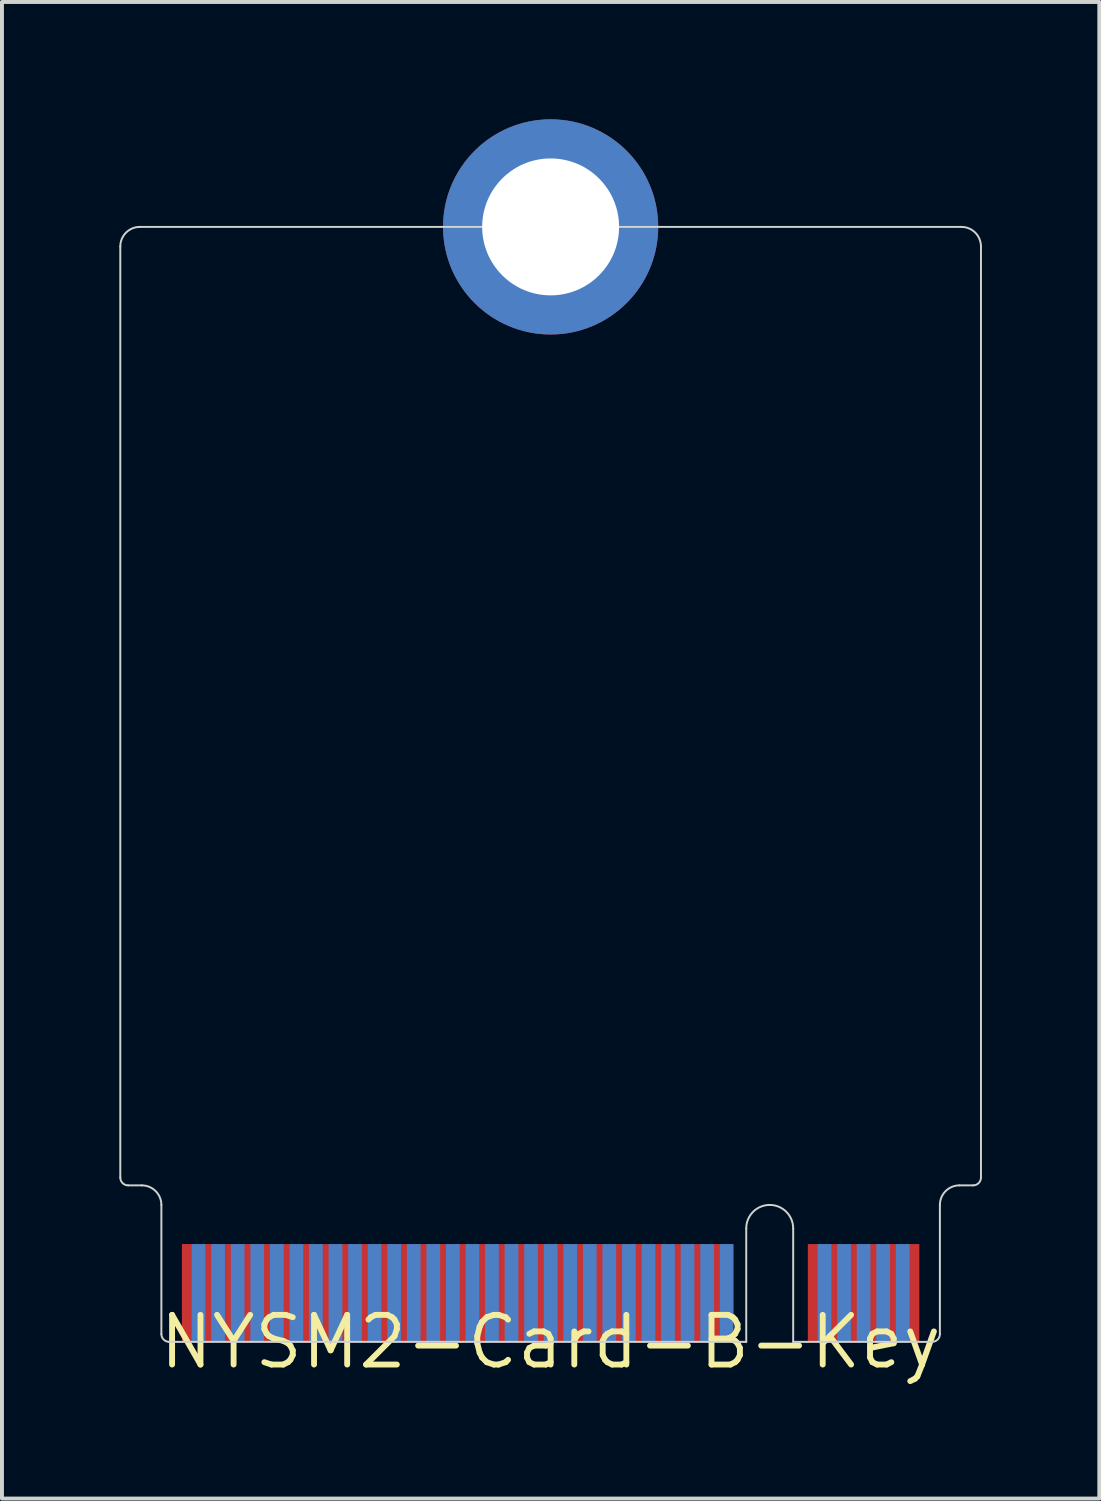
<source format=kicad_pcb>
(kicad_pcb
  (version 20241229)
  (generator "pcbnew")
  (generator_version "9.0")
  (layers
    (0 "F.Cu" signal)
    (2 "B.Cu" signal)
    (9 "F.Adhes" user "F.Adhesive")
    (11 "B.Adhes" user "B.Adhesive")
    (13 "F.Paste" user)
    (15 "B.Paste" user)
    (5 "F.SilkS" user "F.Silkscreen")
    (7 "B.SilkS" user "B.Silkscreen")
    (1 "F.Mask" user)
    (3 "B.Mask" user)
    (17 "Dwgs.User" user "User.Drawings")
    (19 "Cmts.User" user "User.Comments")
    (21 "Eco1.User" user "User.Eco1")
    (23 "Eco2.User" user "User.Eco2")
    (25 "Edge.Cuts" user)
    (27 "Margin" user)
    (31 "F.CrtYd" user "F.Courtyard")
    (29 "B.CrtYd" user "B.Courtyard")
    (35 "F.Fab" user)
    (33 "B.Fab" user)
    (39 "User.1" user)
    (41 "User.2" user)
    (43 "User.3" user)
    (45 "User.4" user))
  (footprint "NYSM2-Card-B-Key"
    (layer "F.Cu")
    (at 11.025 31.25)
    (property "Reference" "NYSM2-Card-B-Key" (at 0 0 0) (layer "F.SilkS") (effects (font (size 1.27 1.27) (thickness 0.15))))
    (attr through_hole)
    (fp_line (start -11 -28) (end -11 -4.2) (stroke (width 0.05) (type solid)) (layer "Edge.Cuts"))
    (fp_line (start -10.8 -4) (end -10.45 -4) (stroke (width 0.05) (type solid)) (layer "Edge.Cuts"))
    (fp_line (start -9.95 -3.5) (end -9.95 -0.2) (stroke (width 0.05) (type solid)) (layer "Edge.Cuts"))
    (fp_line (start -9.75 0) (end 5 0) (stroke (width 0.05) (type solid)) (layer "Edge.Cuts"))
    (fp_line (start 5 -2.9) (end 5 0) (stroke (width 0.05) (type solid)) (layer "Edge.Cuts"))
    (fp_line (start 6.2 -2.9) (end 6.2 0) (stroke (width 0.05) (type solid)) (layer "Edge.Cuts"))
    (fp_line (start 6.2 0) (end 9.75 0) (stroke (width 0.05) (type solid)) (layer "Edge.Cuts"))
    (fp_line (start 9.95 -0.2) (end 9.95 -3.5) (stroke (width 0.05) (type solid)) (layer "Edge.Cuts"))
    (fp_line (start 10.45 -4) (end 10.8 -4) (stroke (width 0.05) (type solid)) (layer "Edge.Cuts"))
    (fp_line (start 10.5 -28.5) (end -10.5 -28.5) (stroke (width 0.05) (type solid)) (layer "Edge.Cuts"))
    (fp_line (start 11 -4.2) (end 11 -28) (stroke (width 0.05) (type solid)) (layer "Edge.Cuts"))
    (fp_arc (start -11 -28) (mid -10.853553 -28.353553) (end -10.5 -28.5) (stroke (width 0.05) (type solid)) (layer "Edge.Cuts"))
    (fp_arc (start -10.8 -4) (mid -10.941421 -4.058579) (end -11 -4.2) (stroke (width 0.05) (type solid)) (layer "Edge.Cuts"))
    (fp_arc (start -10.45 -4) (mid -10.096447 -3.853553) (end -9.95 -3.5) (stroke (width 0.05) (type solid)) (layer "Edge.Cuts"))
    (fp_arc (start -9.75 0) (mid -9.891421 -0.058579) (end -9.95 -0.2) (stroke (width 0.05) (type solid)) (layer "Edge.Cuts"))
    (fp_arc (start 5 -2.9) (mid 5.175736 -3.324264) (end 5.6 -3.5) (stroke (width 0.05) (type solid)) (layer "Edge.Cuts"))
    (fp_arc (start 5.6 -3.5) (mid 6.024264 -3.324264) (end 6.2 -2.9) (stroke (width 0.05) (type solid)) (layer "Edge.Cuts"))
    (fp_arc (start 9.95 -3.5) (mid 10.096447 -3.853553) (end 10.45 -4) (stroke (width 0.05) (type solid)) (layer "Edge.Cuts"))
    (fp_arc (start 9.95 -0.2) (mid 9.891421 -0.058579) (end 9.75 0) (stroke (width 0.05) (type solid)) (layer "Edge.Cuts"))
    (fp_arc (start 10.5 -28.5) (mid 10.853553 -28.353553) (end 11 -28) (stroke (width 0.05) (type solid)) (layer "Edge.Cuts"))
    (fp_arc (start 11 -4.2) (mid 10.941421 -4.058579) (end 10.8 -4) (stroke (width 0.05) (type solid)) (layer "Edge.Cuts"))
    (pad "MOUNTING-HOLE" thru_hole circle (at 0 -28.5) (size 5.5 5.5) (drill 3.5) (layers "*.Cu" "*.Mask"))
    (pad "P$1" smd rect (at 9.25 -1.25) (size 0.35 2.5) (layers "F.Cu" "F.Mask" "F.Paste"))
    (pad "P$2" smd rect (at 9 -1.25) (size 0.35 2.5) (layers "B.Cu" "B.Mask" "B.Paste"))
    (pad "P$3" smd rect (at 8.75 -1.25) (size 0.35 2.5) (layers "F.Cu" "F.Mask" "F.Paste"))
    (pad "P$4" smd rect (at 8.5 -1.25) (size 0.35 2.5) (layers "B.Cu" "B.Mask" "B.Paste"))
    (pad "P$5" smd rect (at 8.25 -1.25) (size 0.35 2.5) (layers "F.Cu" "F.Mask" "F.Paste"))
    (pad "P$6" smd rect (at 8 -1.25) (size 0.35 2.5) (layers "B.Cu" "B.Mask" "B.Paste"))
    (pad "P$7" smd rect (at 7.75 -1.25) (size 0.35 2.5) (layers "F.Cu" "F.Mask" "F.Paste"))
    (pad "P$8" smd rect (at 7.5 -1.25) (size 0.35 2.5) (layers "B.Cu" "B.Mask" "B.Paste"))
    (pad "P$9" smd rect (at 7.25 -1.25) (size 0.35 2.5) (layers "F.Cu" "F.Mask" "F.Paste"))
    (pad "P$10" smd rect (at 7 -1.25) (size 0.35 2.5) (layers "B.Cu" "B.Mask" "B.Paste"))
    (pad "P$11" smd rect (at 6.75 -1.25) (size 0.35 2.5) (layers "F.Cu" "F.Mask" "F.Paste"))
    (pad "P$20" smd rect (at 4.5 -1.25) (size 0.35 2.5) (layers "B.Cu" "B.Mask" "B.Paste"))
    (pad "P$21" smd rect (at 4.25 -1.25) (size 0.35 2.5) (layers "F.Cu" "F.Mask" "F.Paste"))
    (pad "P$22" smd rect (at 4 -1.25) (size 0.35 2.5) (layers "B.Cu" "B.Mask" "B.Paste"))
    (pad "P$23" smd rect (at 3.75 -1.25) (size 0.35 2.5) (layers "F.Cu" "F.Mask" "F.Paste"))
    (pad "P$24" smd rect (at 3.5 -1.25) (size 0.35 2.5) (layers "B.Cu" "B.Mask" "B.Paste"))
    (pad "P$25" smd rect (at 3.25 -1.25) (size 0.35 2.5) (layers "F.Cu" "F.Mask" "F.Paste"))
    (pad "P$26" smd rect (at 3 -1.25) (size 0.35 2.5) (layers "B.Cu" "B.Mask" "B.Paste"))
    (pad "P$27" smd rect (at 2.75 -1.25) (size 0.35 2.5) (layers "F.Cu" "F.Mask" "F.Paste"))
    (pad "P$28" smd rect (at 2.5 -1.25) (size 0.35 2.5) (layers "B.Cu" "B.Mask" "B.Paste"))
    (pad "P$29" smd rect (at 2.25 -1.25) (size 0.35 2.5) (layers "F.Cu" "F.Mask" "F.Paste"))
    (pad "P$30" smd rect (at 2 -1.25) (size 0.35 2.5) (layers "B.Cu" "B.Mask" "B.Paste"))
    (pad "P$31" smd rect (at 1.75 -1.25) (size 0.35 2.5) (layers "F.Cu" "F.Mask" "F.Paste"))
    (pad "P$32" smd rect (at 1.5 -1.25) (size 0.35 2.5) (layers "B.Cu" "B.Mask" "B.Paste"))
    (pad "P$33" smd rect (at 1.25 -1.25) (size 0.35 2.5) (layers "F.Cu" "F.Mask" "F.Paste"))
    (pad "P$34" smd rect (at 1 -1.25) (size 0.35 2.5) (layers "B.Cu" "B.Mask" "B.Paste"))
    (pad "P$35" smd rect (at 0.75 -1.25) (size 0.35 2.5) (layers "F.Cu" "F.Mask" "F.Paste"))
    (pad "P$36" smd rect (at 0.5 -1.25) (size 0.35 2.5) (layers "B.Cu" "B.Mask" "B.Paste"))
    (pad "P$37" smd rect (at 0.25 -1.25) (size 0.35 2.5) (layers "F.Cu" "F.Mask" "F.Paste"))
    (pad "P$38" smd rect (at 0 -1.25) (size 0.35 2.5) (layers "B.Cu" "B.Mask" "B.Paste"))
    (pad "P$39" smd rect (at -0.25 -1.25) (size 0.35 2.5) (layers "F.Cu" "F.Mask" "F.Paste"))
    (pad "P$40" smd rect (at -0.5 -1.25) (size 0.35 2.5) (layers "B.Cu" "B.Mask" "B.Paste"))
    (pad "P$41" smd rect (at -0.75 -1.25) (size 0.35 2.5) (layers "F.Cu" "F.Mask" "F.Paste"))
    (pad "P$42" smd rect (at -1 -1.25) (size 0.35 2.5) (layers "B.Cu" "B.Mask" "B.Paste"))
    (pad "P$43" smd rect (at -1.25 -1.25) (size 0.35 2.5) (layers "F.Cu" "F.Mask" "F.Paste"))
    (pad "P$44" smd rect (at -1.5 -1.25) (size 0.35 2.5) (layers "B.Cu" "B.Mask" "B.Paste"))
    (pad "P$45" smd rect (at -1.75 -1.25) (size 0.35 2.5) (layers "F.Cu" "F.Mask" "F.Paste"))
    (pad "P$46" smd rect (at -2 -1.25) (size 0.35 2.5) (layers "B.Cu" "B.Mask" "B.Paste"))
    (pad "P$47" smd rect (at -2.25 -1.25) (size 0.35 2.5) (layers "F.Cu" "F.Mask" "F.Paste"))
    (pad "P$48" smd rect (at -2.5 -1.25) (size 0.35 2.5) (layers "B.Cu" "B.Mask" "B.Paste"))
    (pad "P$49" smd rect (at -2.75 -1.25) (size 0.35 2.5) (layers "F.Cu" "F.Mask" "F.Paste"))
    (pad "P$50" smd rect (at -3 -1.25) (size 0.35 2.5) (layers "B.Cu" "B.Mask" "B.Paste"))
    (pad "P$51" smd rect (at -3.25 -1.25) (size 0.35 2.5) (layers "F.Cu" "F.Mask" "F.Paste"))
    (pad "P$52" smd rect (at -3.5 -1.25) (size 0.35 2.5) (layers "B.Cu" "B.Mask" "B.Paste"))
    (pad "P$53" smd rect (at -3.75 -1.25) (size 0.35 2.5) (layers "F.Cu" "F.Mask" "F.Paste"))
    (pad "P$54" smd rect (at -4 -1.25) (size 0.35 2.5) (layers "B.Cu" "B.Mask" "B.Paste"))
    (pad "P$55" smd rect (at -4.25 -1.25) (size 0.35 2.5) (layers "F.Cu" "F.Mask" "F.Paste"))
    (pad "P$56" smd rect (at -4.5 -1.25) (size 0.35 2.5) (layers "B.Cu" "B.Mask" "B.Paste"))
    (pad "P$57" smd rect (at -4.75 -1.25) (size 0.35 2.5) (layers "F.Cu" "F.Mask" "F.Paste"))
    (pad "P$58" smd rect (at -5 -1.25) (size 0.35 2.5) (layers "B.Cu" "B.Mask" "B.Paste"))
    (pad "P$59" smd rect (at -5.25 -1.25) (size 0.35 2.5) (layers "F.Cu" "F.Mask" "F.Paste"))
    (pad "P$60" smd rect (at -5.5 -1.25) (size 0.35 2.5) (layers "B.Cu" "B.Mask" "B.Paste"))
    (pad "P$61" smd rect (at -5.75 -1.25) (size 0.35 2.5) (layers "F.Cu" "F.Mask" "F.Paste"))
    (pad "P$62" smd rect (at -6 -1.25) (size 0.35 2.5) (layers "B.Cu" "B.Mask" "B.Paste"))
    (pad "P$63" smd rect (at -6.25 -1.25) (size 0.35 2.5) (layers "F.Cu" "F.Mask" "F.Paste"))
    (pad "P$64" smd rect (at -6.5 -1.25) (size 0.35 2.5) (layers "B.Cu" "B.Mask" "B.Paste"))
    (pad "P$65" smd rect (at -6.75 -1.25) (size 0.35 2.5) (layers "F.Cu" "F.Mask" "F.Paste"))
    (pad "P$66" smd rect (at -7 -1.25) (size 0.35 2.5) (layers "B.Cu" "B.Mask" "B.Paste"))
    (pad "P$67" smd rect (at -7.25 -1.25) (size 0.35 2.5) (layers "F.Cu" "F.Mask" "F.Paste"))
    (pad "P$68" smd rect (at -7.5 -1.25) (size 0.35 2.5) (layers "B.Cu" "B.Mask" "B.Paste"))
    (pad "P$69" smd rect (at -7.75 -1.25) (size 0.35 2.5) (layers "F.Cu" "F.Mask" "F.Paste"))
    (pad "P$70" smd rect (at -8 -1.25) (size 0.35 2.5) (layers "B.Cu" "B.Mask" "B.Paste"))
    (pad "P$71" smd rect (at -8.25 -1.25) (size 0.35 2.5) (layers "F.Cu" "F.Mask" "F.Paste"))
    (pad "P$72" smd rect (at -8.5 -1.25) (size 0.35 2.5) (layers "B.Cu" "B.Mask" "B.Paste"))
    (pad "P$73" smd rect (at -8.75 -1.25) (size 0.35 2.5) (layers "F.Cu" "F.Mask" "F.Paste"))
    (pad "P$74" smd rect (at -9 -1.25) (size 0.35 2.5) (layers "B.Cu" "B.Mask" "B.Paste"))
    (pad "P$75" smd rect (at -9.25 -1.25) (size 0.35 2.5) (layers "F.Cu" "F.Mask" "F.Paste")))
  (gr_rect
    (start -3 -3)
    (end 25.05 35.256)
    (stroke (width 0.1) (type default))
    (fill no)
    (layer "Edge.Cuts")))
</source>
